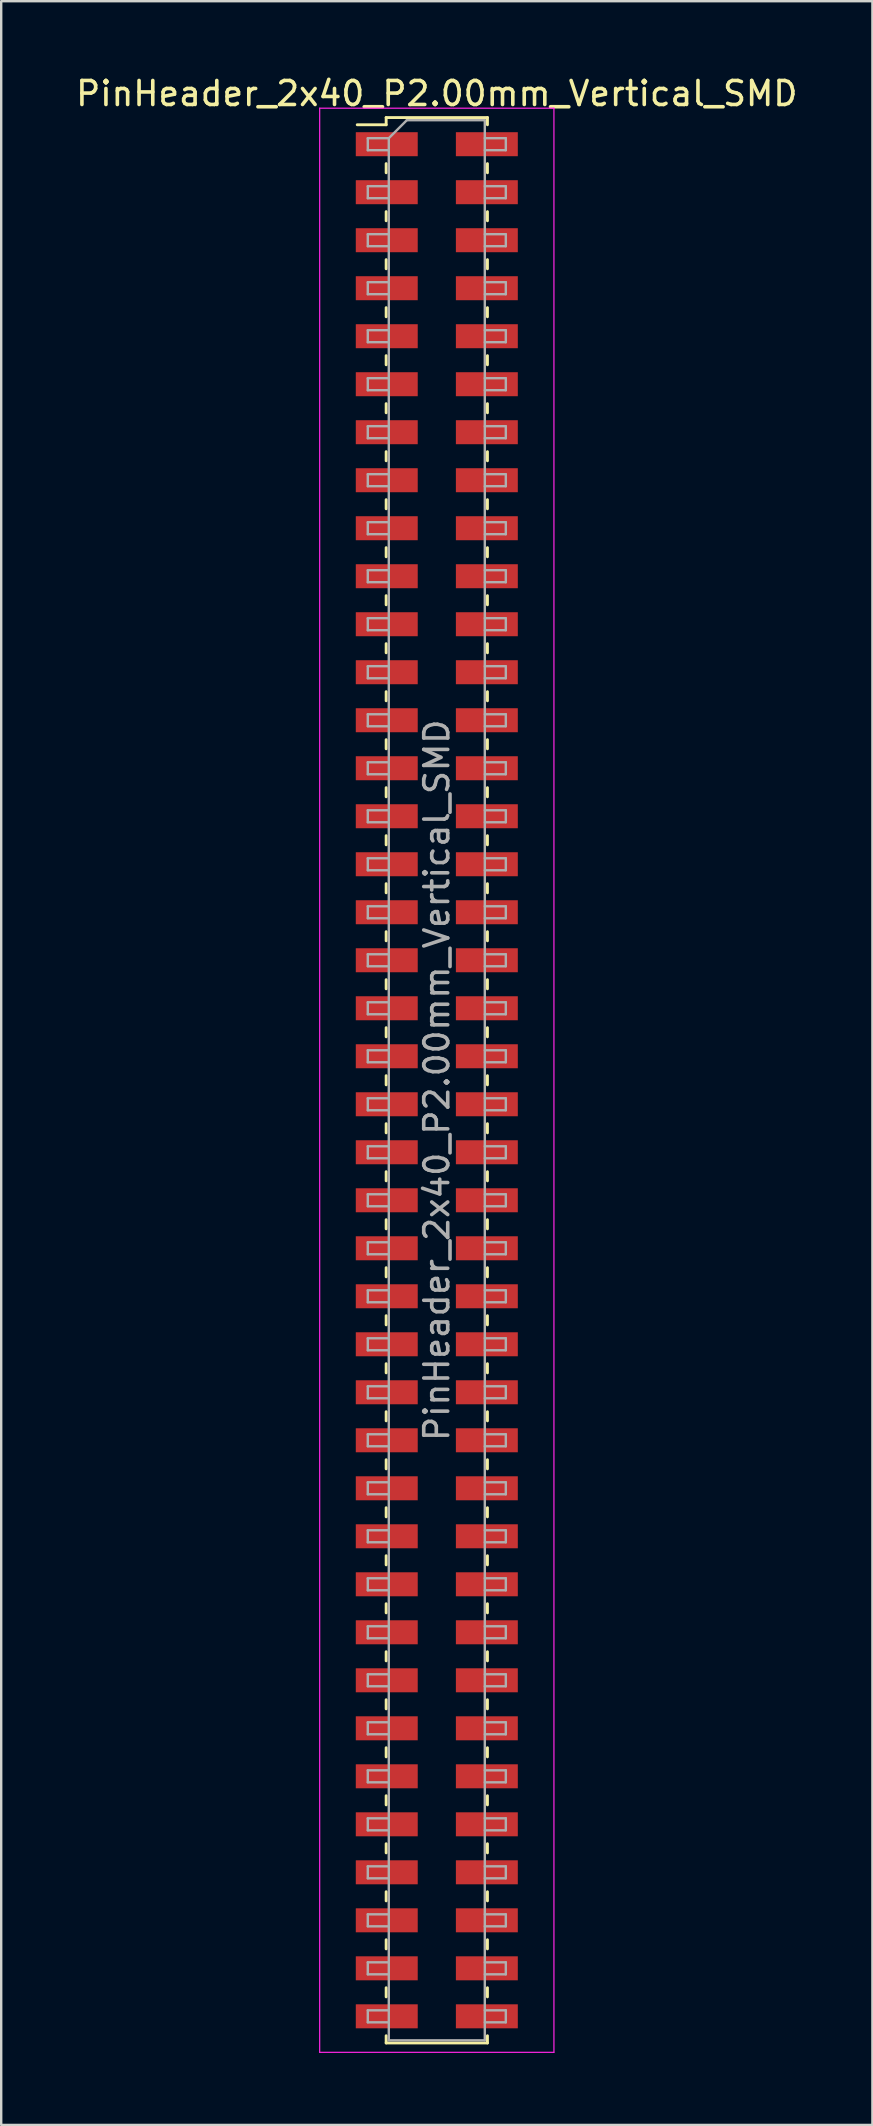
<source format=kicad_pcb>
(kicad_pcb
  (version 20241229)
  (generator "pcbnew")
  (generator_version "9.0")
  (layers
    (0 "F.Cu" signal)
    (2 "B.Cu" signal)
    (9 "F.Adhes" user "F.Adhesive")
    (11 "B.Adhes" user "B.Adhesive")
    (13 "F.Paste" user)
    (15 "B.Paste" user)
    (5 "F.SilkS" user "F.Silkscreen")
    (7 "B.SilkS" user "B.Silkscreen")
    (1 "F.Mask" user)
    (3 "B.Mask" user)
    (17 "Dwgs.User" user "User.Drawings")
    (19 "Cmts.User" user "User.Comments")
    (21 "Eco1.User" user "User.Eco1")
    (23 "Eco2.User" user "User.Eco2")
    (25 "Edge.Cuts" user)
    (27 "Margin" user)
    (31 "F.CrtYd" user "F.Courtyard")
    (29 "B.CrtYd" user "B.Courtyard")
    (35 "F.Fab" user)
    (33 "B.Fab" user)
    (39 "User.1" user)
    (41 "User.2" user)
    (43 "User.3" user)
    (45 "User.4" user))
  (footprint "PinHeader_2x40_P2.00mm_Vertical_SMD"
    (layer "F.Cu")
    (at 15.149 41.958)
    (property "Reference" "PinHeader_2x40_P2.00mm_Vertical_SMD" (at 0 -41.11 0) (layer "F.SilkS") (effects (font (size 1 1) (thickness 0.15))))
    (attr smd)
    (fp_line (start -3.315 -39.81) (end -2.11 -39.81) (stroke (width 0.12) (type solid)) (layer "F.SilkS"))
    (fp_line (start -2.11 -40.11) (end -2.11 -39.81) (stroke (width 0.12) (type solid)) (layer "F.SilkS"))
    (fp_line (start -2.11 -40.11) (end 2.11 -40.11) (stroke (width 0.12) (type solid)) (layer "F.SilkS"))
    (fp_line (start -2.11 -38.19) (end -2.11 -37.81) (stroke (width 0.12) (type solid)) (layer "F.SilkS"))
    (fp_line (start -2.11 -36.19) (end -2.11 -35.81) (stroke (width 0.12) (type solid)) (layer "F.SilkS"))
    (fp_line (start -2.11 -34.19) (end -2.11 -33.81) (stroke (width 0.12) (type solid)) (layer "F.SilkS"))
    (fp_line (start -2.11 -32.19) (end -2.11 -31.81) (stroke (width 0.12) (type solid)) (layer "F.SilkS"))
    (fp_line (start -2.11 -30.19) (end -2.11 -29.81) (stroke (width 0.12) (type solid)) (layer "F.SilkS"))
    (fp_line (start -2.11 -28.19) (end -2.11 -27.81) (stroke (width 0.12) (type solid)) (layer "F.SilkS"))
    (fp_line (start -2.11 -26.19) (end -2.11 -25.81) (stroke (width 0.12) (type solid)) (layer "F.SilkS"))
    (fp_line (start -2.11 -24.19) (end -2.11 -23.81) (stroke (width 0.12) (type solid)) (layer "F.SilkS"))
    (fp_line (start -2.11 -22.19) (end -2.11 -21.81) (stroke (width 0.12) (type solid)) (layer "F.SilkS"))
    (fp_line (start -2.11 -20.19) (end -2.11 -19.81) (stroke (width 0.12) (type solid)) (layer "F.SilkS"))
    (fp_line (start -2.11 -18.19) (end -2.11 -17.81) (stroke (width 0.12) (type solid)) (layer "F.SilkS"))
    (fp_line (start -2.11 -16.19) (end -2.11 -15.81) (stroke (width 0.12) (type solid)) (layer "F.SilkS"))
    (fp_line (start -2.11 -14.19) (end -2.11 -13.81) (stroke (width 0.12) (type solid)) (layer "F.SilkS"))
    (fp_line (start -2.11 -12.19) (end -2.11 -11.81) (stroke (width 0.12) (type solid)) (layer "F.SilkS"))
    (fp_line (start -2.11 -10.19) (end -2.11 -9.81) (stroke (width 0.12) (type solid)) (layer "F.SilkS"))
    (fp_line (start -2.11 -8.19) (end -2.11 -7.81) (stroke (width 0.12) (type solid)) (layer "F.SilkS"))
    (fp_line (start -2.11 -6.19) (end -2.11 -5.81) (stroke (width 0.12) (type solid)) (layer "F.SilkS"))
    (fp_line (start -2.11 -4.19) (end -2.11 -3.81) (stroke (width 0.12) (type solid)) (layer "F.SilkS"))
    (fp_line (start -2.11 -2.19) (end -2.11 -1.81) (stroke (width 0.12) (type solid)) (layer "F.SilkS"))
    (fp_line (start -2.11 -0.19) (end -2.11 0.19) (stroke (width 0.12) (type solid)) (layer "F.SilkS"))
    (fp_line (start -2.11 1.81) (end -2.11 2.19) (stroke (width 0.12) (type solid)) (layer "F.SilkS"))
    (fp_line (start -2.11 3.81) (end -2.11 4.19) (stroke (width 0.12) (type solid)) (layer "F.SilkS"))
    (fp_line (start -2.11 5.81) (end -2.11 6.19) (stroke (width 0.12) (type solid)) (layer "F.SilkS"))
    (fp_line (start -2.11 7.81) (end -2.11 8.19) (stroke (width 0.12) (type solid)) (layer "F.SilkS"))
    (fp_line (start -2.11 9.81) (end -2.11 10.19) (stroke (width 0.12) (type solid)) (layer "F.SilkS"))
    (fp_line (start -2.11 11.81) (end -2.11 12.19) (stroke (width 0.12) (type solid)) (layer "F.SilkS"))
    (fp_line (start -2.11 13.81) (end -2.11 14.19) (stroke (width 0.12) (type solid)) (layer "F.SilkS"))
    (fp_line (start -2.11 15.81) (end -2.11 16.19) (stroke (width 0.12) (type solid)) (layer "F.SilkS"))
    (fp_line (start -2.11 17.81) (end -2.11 18.19) (stroke (width 0.12) (type solid)) (layer "F.SilkS"))
    (fp_line (start -2.11 19.81) (end -2.11 20.19) (stroke (width 0.12) (type solid)) (layer "F.SilkS"))
    (fp_line (start -2.11 21.81) (end -2.11 22.19) (stroke (width 0.12) (type solid)) (layer "F.SilkS"))
    (fp_line (start -2.11 23.81) (end -2.11 24.19) (stroke (width 0.12) (type solid)) (layer "F.SilkS"))
    (fp_line (start -2.11 25.81) (end -2.11 26.19) (stroke (width 0.12) (type solid)) (layer "F.SilkS"))
    (fp_line (start -2.11 27.81) (end -2.11 28.19) (stroke (width 0.12) (type solid)) (layer "F.SilkS"))
    (fp_line (start -2.11 29.81) (end -2.11 30.19) (stroke (width 0.12) (type solid)) (layer "F.SilkS"))
    (fp_line (start -2.11 31.81) (end -2.11 32.19) (stroke (width 0.12) (type solid)) (layer "F.SilkS"))
    (fp_line (start -2.11 33.81) (end -2.11 34.19) (stroke (width 0.12) (type solid)) (layer "F.SilkS"))
    (fp_line (start -2.11 35.81) (end -2.11 36.19) (stroke (width 0.12) (type solid)) (layer "F.SilkS"))
    (fp_line (start -2.11 37.81) (end -2.11 38.19) (stroke (width 0.12) (type solid)) (layer "F.SilkS"))
    (fp_line (start -2.11 39.81) (end -2.11 40.11) (stroke (width 0.12) (type solid)) (layer "F.SilkS"))
    (fp_line (start -2.11 40.11) (end 2.11 40.11) (stroke (width 0.12) (type solid)) (layer "F.SilkS"))
    (fp_line (start 2.11 -40.11) (end 2.11 -39.81) (stroke (width 0.12) (type solid)) (layer "F.SilkS"))
    (fp_line (start 2.11 -38.19) (end 2.11 -37.81) (stroke (width 0.12) (type solid)) (layer "F.SilkS"))
    (fp_line (start 2.11 -36.19) (end 2.11 -35.81) (stroke (width 0.12) (type solid)) (layer "F.SilkS"))
    (fp_line (start 2.11 -34.19) (end 2.11 -33.81) (stroke (width 0.12) (type solid)) (layer "F.SilkS"))
    (fp_line (start 2.11 -32.19) (end 2.11 -31.81) (stroke (width 0.12) (type solid)) (layer "F.SilkS"))
    (fp_line (start 2.11 -30.19) (end 2.11 -29.81) (stroke (width 0.12) (type solid)) (layer "F.SilkS"))
    (fp_line (start 2.11 -28.19) (end 2.11 -27.81) (stroke (width 0.12) (type solid)) (layer "F.SilkS"))
    (fp_line (start 2.11 -26.19) (end 2.11 -25.81) (stroke (width 0.12) (type solid)) (layer "F.SilkS"))
    (fp_line (start 2.11 -24.19) (end 2.11 -23.81) (stroke (width 0.12) (type solid)) (layer "F.SilkS"))
    (fp_line (start 2.11 -22.19) (end 2.11 -21.81) (stroke (width 0.12) (type solid)) (layer "F.SilkS"))
    (fp_line (start 2.11 -20.19) (end 2.11 -19.81) (stroke (width 0.12) (type solid)) (layer "F.SilkS"))
    (fp_line (start 2.11 -18.19) (end 2.11 -17.81) (stroke (width 0.12) (type solid)) (layer "F.SilkS"))
    (fp_line (start 2.11 -16.19) (end 2.11 -15.81) (stroke (width 0.12) (type solid)) (layer "F.SilkS"))
    (fp_line (start 2.11 -14.19) (end 2.11 -13.81) (stroke (width 0.12) (type solid)) (layer "F.SilkS"))
    (fp_line (start 2.11 -12.19) (end 2.11 -11.81) (stroke (width 0.12) (type solid)) (layer "F.SilkS"))
    (fp_line (start 2.11 -10.19) (end 2.11 -9.81) (stroke (width 0.12) (type solid)) (layer "F.SilkS"))
    (fp_line (start 2.11 -8.19) (end 2.11 -7.81) (stroke (width 0.12) (type solid)) (layer "F.SilkS"))
    (fp_line (start 2.11 -6.19) (end 2.11 -5.81) (stroke (width 0.12) (type solid)) (layer "F.SilkS"))
    (fp_line (start 2.11 -4.19) (end 2.11 -3.81) (stroke (width 0.12) (type solid)) (layer "F.SilkS"))
    (fp_line (start 2.11 -2.19) (end 2.11 -1.81) (stroke (width 0.12) (type solid)) (layer "F.SilkS"))
    (fp_line (start 2.11 -0.19) (end 2.11 0.19) (stroke (width 0.12) (type solid)) (layer "F.SilkS"))
    (fp_line (start 2.11 1.81) (end 2.11 2.19) (stroke (width 0.12) (type solid)) (layer "F.SilkS"))
    (fp_line (start 2.11 3.81) (end 2.11 4.19) (stroke (width 0.12) (type solid)) (layer "F.SilkS"))
    (fp_line (start 2.11 5.81) (end 2.11 6.19) (stroke (width 0.12) (type solid)) (layer "F.SilkS"))
    (fp_line (start 2.11 7.81) (end 2.11 8.19) (stroke (width 0.12) (type solid)) (layer "F.SilkS"))
    (fp_line (start 2.11 9.81) (end 2.11 10.19) (stroke (width 0.12) (type solid)) (layer "F.SilkS"))
    (fp_line (start 2.11 11.81) (end 2.11 12.19) (stroke (width 0.12) (type solid)) (layer "F.SilkS"))
    (fp_line (start 2.11 13.81) (end 2.11 14.19) (stroke (width 0.12) (type solid)) (layer "F.SilkS"))
    (fp_line (start 2.11 15.81) (end 2.11 16.19) (stroke (width 0.12) (type solid)) (layer "F.SilkS"))
    (fp_line (start 2.11 17.81) (end 2.11 18.19) (stroke (width 0.12) (type solid)) (layer "F.SilkS"))
    (fp_line (start 2.11 19.81) (end 2.11 20.19) (stroke (width 0.12) (type solid)) (layer "F.SilkS"))
    (fp_line (start 2.11 21.81) (end 2.11 22.19) (stroke (width 0.12) (type solid)) (layer "F.SilkS"))
    (fp_line (start 2.11 23.81) (end 2.11 24.19) (stroke (width 0.12) (type solid)) (layer "F.SilkS"))
    (fp_line (start 2.11 25.81) (end 2.11 26.19) (stroke (width 0.12) (type solid)) (layer "F.SilkS"))
    (fp_line (start 2.11 27.81) (end 2.11 28.19) (stroke (width 0.12) (type solid)) (layer "F.SilkS"))
    (fp_line (start 2.11 29.81) (end 2.11 30.19) (stroke (width 0.12) (type solid)) (layer "F.SilkS"))
    (fp_line (start 2.11 31.81) (end 2.11 32.19) (stroke (width 0.12) (type solid)) (layer "F.SilkS"))
    (fp_line (start 2.11 33.81) (end 2.11 34.19) (stroke (width 0.12) (type solid)) (layer "F.SilkS"))
    (fp_line (start 2.11 35.81) (end 2.11 36.19) (stroke (width 0.12) (type solid)) (layer "F.SilkS"))
    (fp_line (start 2.11 37.81) (end 2.11 38.19) (stroke (width 0.12) (type solid)) (layer "F.SilkS"))
    (fp_line (start 2.11 39.81) (end 2.11 40.11) (stroke (width 0.12) (type solid)) (layer "F.SilkS"))
    (fp_line (start -4.88 -40.5) (end -4.88 40.5) (stroke (width 0.05) (type solid)) (layer "F.CrtYd"))
    (fp_line (start -4.88 40.5) (end 4.88 40.5) (stroke (width 0.05) (type solid)) (layer "F.CrtYd"))
    (fp_line (start 4.88 -40.5) (end -4.88 -40.5) (stroke (width 0.05) (type solid)) (layer "F.CrtYd"))
    (fp_line (start 4.88 40.5) (end 4.88 -40.5) (stroke (width 0.05) (type solid)) (layer "F.CrtYd"))
    (fp_line (start -2.875 -39.25) (end -2.875 -38.75) (stroke (width 0.1) (type solid)) (layer "F.Fab"))
    (fp_line (start -2.875 -38.75) (end -2 -38.75) (stroke (width 0.1) (type solid)) (layer "F.Fab"))
    (fp_line (start -2.875 -37.25) (end -2.875 -36.75) (stroke (width 0.1) (type solid)) (layer "F.Fab"))
    (fp_line (start -2.875 -36.75) (end -2 -36.75) (stroke (width 0.1) (type solid)) (layer "F.Fab"))
    (fp_line (start -2.875 -35.25) (end -2.875 -34.75) (stroke (width 0.1) (type solid)) (layer "F.Fab"))
    (fp_line (start -2.875 -34.75) (end -2 -34.75) (stroke (width 0.1) (type solid)) (layer "F.Fab"))
    (fp_line (start -2.875 -33.25) (end -2.875 -32.75) (stroke (width 0.1) (type solid)) (layer "F.Fab"))
    (fp_line (start -2.875 -32.75) (end -2 -32.75) (stroke (width 0.1) (type solid)) (layer "F.Fab"))
    (fp_line (start -2.875 -31.25) (end -2.875 -30.75) (stroke (width 0.1) (type solid)) (layer "F.Fab"))
    (fp_line (start -2.875 -30.75) (end -2 -30.75) (stroke (width 0.1) (type solid)) (layer "F.Fab"))
    (fp_line (start -2.875 -29.25) (end -2.875 -28.75) (stroke (width 0.1) (type solid)) (layer "F.Fab"))
    (fp_line (start -2.875 -28.75) (end -2 -28.75) (stroke (width 0.1) (type solid)) (layer "F.Fab"))
    (fp_line (start -2.875 -27.25) (end -2.875 -26.75) (stroke (width 0.1) (type solid)) (layer "F.Fab"))
    (fp_line (start -2.875 -26.75) (end -2 -26.75) (stroke (width 0.1) (type solid)) (layer "F.Fab"))
    (fp_line (start -2.875 -25.25) (end -2.875 -24.75) (stroke (width 0.1) (type solid)) (layer "F.Fab"))
    (fp_line (start -2.875 -24.75) (end -2 -24.75) (stroke (width 0.1) (type solid)) (layer "F.Fab"))
    (fp_line (start -2.875 -23.25) (end -2.875 -22.75) (stroke (width 0.1) (type solid)) (layer "F.Fab"))
    (fp_line (start -2.875 -22.75) (end -2 -22.75) (stroke (width 0.1) (type solid)) (layer "F.Fab"))
    (fp_line (start -2.875 -21.25) (end -2.875 -20.75) (stroke (width 0.1) (type solid)) (layer "F.Fab"))
    (fp_line (start -2.875 -20.75) (end -2 -20.75) (stroke (width 0.1) (type solid)) (layer "F.Fab"))
    (fp_line (start -2.875 -19.25) (end -2.875 -18.75) (stroke (width 0.1) (type solid)) (layer "F.Fab"))
    (fp_line (start -2.875 -18.75) (end -2 -18.75) (stroke (width 0.1) (type solid)) (layer "F.Fab"))
    (fp_line (start -2.875 -17.25) (end -2.875 -16.75) (stroke (width 0.1) (type solid)) (layer "F.Fab"))
    (fp_line (start -2.875 -16.75) (end -2 -16.75) (stroke (width 0.1) (type solid)) (layer "F.Fab"))
    (fp_line (start -2.875 -15.25) (end -2.875 -14.75) (stroke (width 0.1) (type solid)) (layer "F.Fab"))
    (fp_line (start -2.875 -14.75) (end -2 -14.75) (stroke (width 0.1) (type solid)) (layer "F.Fab"))
    (fp_line (start -2.875 -13.25) (end -2.875 -12.75) (stroke (width 0.1) (type solid)) (layer "F.Fab"))
    (fp_line (start -2.875 -12.75) (end -2 -12.75) (stroke (width 0.1) (type solid)) (layer "F.Fab"))
    (fp_line (start -2.875 -11.25) (end -2.875 -10.75) (stroke (width 0.1) (type solid)) (layer "F.Fab"))
    (fp_line (start -2.875 -10.75) (end -2 -10.75) (stroke (width 0.1) (type solid)) (layer "F.Fab"))
    (fp_line (start -2.875 -9.25) (end -2.875 -8.75) (stroke (width 0.1) (type solid)) (layer "F.Fab"))
    (fp_line (start -2.875 -8.75) (end -2 -8.75) (stroke (width 0.1) (type solid)) (layer "F.Fab"))
    (fp_line (start -2.875 -7.25) (end -2.875 -6.75) (stroke (width 0.1) (type solid)) (layer "F.Fab"))
    (fp_line (start -2.875 -6.75) (end -2 -6.75) (stroke (width 0.1) (type solid)) (layer "F.Fab"))
    (fp_line (start -2.875 -5.25) (end -2.875 -4.75) (stroke (width 0.1) (type solid)) (layer "F.Fab"))
    (fp_line (start -2.875 -4.75) (end -2 -4.75) (stroke (width 0.1) (type solid)) (layer "F.Fab"))
    (fp_line (start -2.875 -3.25) (end -2.875 -2.75) (stroke (width 0.1) (type solid)) (layer "F.Fab"))
    (fp_line (start -2.875 -2.75) (end -2 -2.75) (stroke (width 0.1) (type solid)) (layer "F.Fab"))
    (fp_line (start -2.875 -1.25) (end -2.875 -0.75) (stroke (width 0.1) (type solid)) (layer "F.Fab"))
    (fp_line (start -2.875 -0.75) (end -2 -0.75) (stroke (width 0.1) (type solid)) (layer "F.Fab"))
    (fp_line (start -2.875 0.75) (end -2.875 1.25) (stroke (width 0.1) (type solid)) (layer "F.Fab"))
    (fp_line (start -2.875 1.25) (end -2 1.25) (stroke (width 0.1) (type solid)) (layer "F.Fab"))
    (fp_line (start -2.875 2.75) (end -2.875 3.25) (stroke (width 0.1) (type solid)) (layer "F.Fab"))
    (fp_line (start -2.875 3.25) (end -2 3.25) (stroke (width 0.1) (type solid)) (layer "F.Fab"))
    (fp_line (start -2.875 4.75) (end -2.875 5.25) (stroke (width 0.1) (type solid)) (layer "F.Fab"))
    (fp_line (start -2.875 5.25) (end -2 5.25) (stroke (width 0.1) (type solid)) (layer "F.Fab"))
    (fp_line (start -2.875 6.75) (end -2.875 7.25) (stroke (width 0.1) (type solid)) (layer "F.Fab"))
    (fp_line (start -2.875 7.25) (end -2 7.25) (stroke (width 0.1) (type solid)) (layer "F.Fab"))
    (fp_line (start -2.875 8.75) (end -2.875 9.25) (stroke (width 0.1) (type solid)) (layer "F.Fab"))
    (fp_line (start -2.875 9.25) (end -2 9.25) (stroke (width 0.1) (type solid)) (layer "F.Fab"))
    (fp_line (start -2.875 10.75) (end -2.875 11.25) (stroke (width 0.1) (type solid)) (layer "F.Fab"))
    (fp_line (start -2.875 11.25) (end -2 11.25) (stroke (width 0.1) (type solid)) (layer "F.Fab"))
    (fp_line (start -2.875 12.75) (end -2.875 13.25) (stroke (width 0.1) (type solid)) (layer "F.Fab"))
    (fp_line (start -2.875 13.25) (end -2 13.25) (stroke (width 0.1) (type solid)) (layer "F.Fab"))
    (fp_line (start -2.875 14.75) (end -2.875 15.25) (stroke (width 0.1) (type solid)) (layer "F.Fab"))
    (fp_line (start -2.875 15.25) (end -2 15.25) (stroke (width 0.1) (type solid)) (layer "F.Fab"))
    (fp_line (start -2.875 16.75) (end -2.875 17.25) (stroke (width 0.1) (type solid)) (layer "F.Fab"))
    (fp_line (start -2.875 17.25) (end -2 17.25) (stroke (width 0.1) (type solid)) (layer "F.Fab"))
    (fp_line (start -2.875 18.75) (end -2.875 19.25) (stroke (width 0.1) (type solid)) (layer "F.Fab"))
    (fp_line (start -2.875 19.25) (end -2 19.25) (stroke (width 0.1) (type solid)) (layer "F.Fab"))
    (fp_line (start -2.875 20.75) (end -2.875 21.25) (stroke (width 0.1) (type solid)) (layer "F.Fab"))
    (fp_line (start -2.875 21.25) (end -2 21.25) (stroke (width 0.1) (type solid)) (layer "F.Fab"))
    (fp_line (start -2.875 22.75) (end -2.875 23.25) (stroke (width 0.1) (type solid)) (layer "F.Fab"))
    (fp_line (start -2.875 23.25) (end -2 23.25) (stroke (width 0.1) (type solid)) (layer "F.Fab"))
    (fp_line (start -2.875 24.75) (end -2.875 25.25) (stroke (width 0.1) (type solid)) (layer "F.Fab"))
    (fp_line (start -2.875 25.25) (end -2 25.25) (stroke (width 0.1) (type solid)) (layer "F.Fab"))
    (fp_line (start -2.875 26.75) (end -2.875 27.25) (stroke (width 0.1) (type solid)) (layer "F.Fab"))
    (fp_line (start -2.875 27.25) (end -2 27.25) (stroke (width 0.1) (type solid)) (layer "F.Fab"))
    (fp_line (start -2.875 28.75) (end -2.875 29.25) (stroke (width 0.1) (type solid)) (layer "F.Fab"))
    (fp_line (start -2.875 29.25) (end -2 29.25) (stroke (width 0.1) (type solid)) (layer "F.Fab"))
    (fp_line (start -2.875 30.75) (end -2.875 31.25) (stroke (width 0.1) (type solid)) (layer "F.Fab"))
    (fp_line (start -2.875 31.25) (end -2 31.25) (stroke (width 0.1) (type solid)) (layer "F.Fab"))
    (fp_line (start -2.875 32.75) (end -2.875 33.25) (stroke (width 0.1) (type solid)) (layer "F.Fab"))
    (fp_line (start -2.875 33.25) (end -2 33.25) (stroke (width 0.1) (type solid)) (layer "F.Fab"))
    (fp_line (start -2.875 34.75) (end -2.875 35.25) (stroke (width 0.1) (type solid)) (layer "F.Fab"))
    (fp_line (start -2.875 35.25) (end -2 35.25) (stroke (width 0.1) (type solid)) (layer "F.Fab"))
    (fp_line (start -2.875 36.75) (end -2.875 37.25) (stroke (width 0.1) (type solid)) (layer "F.Fab"))
    (fp_line (start -2.875 37.25) (end -2 37.25) (stroke (width 0.1) (type solid)) (layer "F.Fab"))
    (fp_line (start -2.875 38.75) (end -2.875 39.25) (stroke (width 0.1) (type solid)) (layer "F.Fab"))
    (fp_line (start -2.875 39.25) (end -2 39.25) (stroke (width 0.1) (type solid)) (layer "F.Fab"))
    (fp_line (start -2 -39.25) (end -2.875 -39.25) (stroke (width 0.1) (type solid)) (layer "F.Fab"))
    (fp_line (start -2 -39.25) (end -1.25 -40) (stroke (width 0.1) (type solid)) (layer "F.Fab"))
    (fp_line (start -2 -37.25) (end -2.875 -37.25) (stroke (width 0.1) (type solid)) (layer "F.Fab"))
    (fp_line (start -2 -35.25) (end -2.875 -35.25) (stroke (width 0.1) (type solid)) (layer "F.Fab"))
    (fp_line (start -2 -33.25) (end -2.875 -33.25) (stroke (width 0.1) (type solid)) (layer "F.Fab"))
    (fp_line (start -2 -31.25) (end -2.875 -31.25) (stroke (width 0.1) (type solid)) (layer "F.Fab"))
    (fp_line (start -2 -29.25) (end -2.875 -29.25) (stroke (width 0.1) (type solid)) (layer "F.Fab"))
    (fp_line (start -2 -27.25) (end -2.875 -27.25) (stroke (width 0.1) (type solid)) (layer "F.Fab"))
    (fp_line (start -2 -25.25) (end -2.875 -25.25) (stroke (width 0.1) (type solid)) (layer "F.Fab"))
    (fp_line (start -2 -23.25) (end -2.875 -23.25) (stroke (width 0.1) (type solid)) (layer "F.Fab"))
    (fp_line (start -2 -21.25) (end -2.875 -21.25) (stroke (width 0.1) (type solid)) (layer "F.Fab"))
    (fp_line (start -2 -19.25) (end -2.875 -19.25) (stroke (width 0.1) (type solid)) (layer "F.Fab"))
    (fp_line (start -2 -17.25) (end -2.875 -17.25) (stroke (width 0.1) (type solid)) (layer "F.Fab"))
    (fp_line (start -2 -15.25) (end -2.875 -15.25) (stroke (width 0.1) (type solid)) (layer "F.Fab"))
    (fp_line (start -2 -13.25) (end -2.875 -13.25) (stroke (width 0.1) (type solid)) (layer "F.Fab"))
    (fp_line (start -2 -11.25) (end -2.875 -11.25) (stroke (width 0.1) (type solid)) (layer "F.Fab"))
    (fp_line (start -2 -9.25) (end -2.875 -9.25) (stroke (width 0.1) (type solid)) (layer "F.Fab"))
    (fp_line (start -2 -7.25) (end -2.875 -7.25) (stroke (width 0.1) (type solid)) (layer "F.Fab"))
    (fp_line (start -2 -5.25) (end -2.875 -5.25) (stroke (width 0.1) (type solid)) (layer "F.Fab"))
    (fp_line (start -2 -3.25) (end -2.875 -3.25) (stroke (width 0.1) (type solid)) (layer "F.Fab"))
    (fp_line (start -2 -1.25) (end -2.875 -1.25) (stroke (width 0.1) (type solid)) (layer "F.Fab"))
    (fp_line (start -2 0.75) (end -2.875 0.75) (stroke (width 0.1) (type solid)) (layer "F.Fab"))
    (fp_line (start -2 2.75) (end -2.875 2.75) (stroke (width 0.1) (type solid)) (layer "F.Fab"))
    (fp_line (start -2 4.75) (end -2.875 4.75) (stroke (width 0.1) (type solid)) (layer "F.Fab"))
    (fp_line (start -2 6.75) (end -2.875 6.75) (stroke (width 0.1) (type solid)) (layer "F.Fab"))
    (fp_line (start -2 8.75) (end -2.875 8.75) (stroke (width 0.1) (type solid)) (layer "F.Fab"))
    (fp_line (start -2 10.75) (end -2.875 10.75) (stroke (width 0.1) (type solid)) (layer "F.Fab"))
    (fp_line (start -2 12.75) (end -2.875 12.75) (stroke (width 0.1) (type solid)) (layer "F.Fab"))
    (fp_line (start -2 14.75) (end -2.875 14.75) (stroke (width 0.1) (type solid)) (layer "F.Fab"))
    (fp_line (start -2 16.75) (end -2.875 16.75) (stroke (width 0.1) (type solid)) (layer "F.Fab"))
    (fp_line (start -2 18.75) (end -2.875 18.75) (stroke (width 0.1) (type solid)) (layer "F.Fab"))
    (fp_line (start -2 20.75) (end -2.875 20.75) (stroke (width 0.1) (type solid)) (layer "F.Fab"))
    (fp_line (start -2 22.75) (end -2.875 22.75) (stroke (width 0.1) (type solid)) (layer "F.Fab"))
    (fp_line (start -2 24.75) (end -2.875 24.75) (stroke (width 0.1) (type solid)) (layer "F.Fab"))
    (fp_line (start -2 26.75) (end -2.875 26.75) (stroke (width 0.1) (type solid)) (layer "F.Fab"))
    (fp_line (start -2 28.75) (end -2.875 28.75) (stroke (width 0.1) (type solid)) (layer "F.Fab"))
    (fp_line (start -2 30.75) (end -2.875 30.75) (stroke (width 0.1) (type solid)) (layer "F.Fab"))
    (fp_line (start -2 32.75) (end -2.875 32.75) (stroke (width 0.1) (type solid)) (layer "F.Fab"))
    (fp_line (start -2 34.75) (end -2.875 34.75) (stroke (width 0.1) (type solid)) (layer "F.Fab"))
    (fp_line (start -2 36.75) (end -2.875 36.75) (stroke (width 0.1) (type solid)) (layer "F.Fab"))
    (fp_line (start -2 38.75) (end -2.875 38.75) (stroke (width 0.1) (type solid)) (layer "F.Fab"))
    (fp_line (start -2 40) (end -2 -39.25) (stroke (width 0.1) (type solid)) (layer "F.Fab"))
    (fp_line (start -1.25 -40) (end 2 -40) (stroke (width 0.1) (type solid)) (layer "F.Fab"))
    (fp_line (start 2 -40) (end 2 40) (stroke (width 0.1) (type solid)) (layer "F.Fab"))
    (fp_line (start 2 -39.25) (end 2.875 -39.25) (stroke (width 0.1) (type solid)) (layer "F.Fab"))
    (fp_line (start 2 -37.25) (end 2.875 -37.25) (stroke (width 0.1) (type solid)) (layer "F.Fab"))
    (fp_line (start 2 -35.25) (end 2.875 -35.25) (stroke (width 0.1) (type solid)) (layer "F.Fab"))
    (fp_line (start 2 -33.25) (end 2.875 -33.25) (stroke (width 0.1) (type solid)) (layer "F.Fab"))
    (fp_line (start 2 -31.25) (end 2.875 -31.25) (stroke (width 0.1) (type solid)) (layer "F.Fab"))
    (fp_line (start 2 -29.25) (end 2.875 -29.25) (stroke (width 0.1) (type solid)) (layer "F.Fab"))
    (fp_line (start 2 -27.25) (end 2.875 -27.25) (stroke (width 0.1) (type solid)) (layer "F.Fab"))
    (fp_line (start 2 -25.25) (end 2.875 -25.25) (stroke (width 0.1) (type solid)) (layer "F.Fab"))
    (fp_line (start 2 -23.25) (end 2.875 -23.25) (stroke (width 0.1) (type solid)) (layer "F.Fab"))
    (fp_line (start 2 -21.25) (end 2.875 -21.25) (stroke (width 0.1) (type solid)) (layer "F.Fab"))
    (fp_line (start 2 -19.25) (end 2.875 -19.25) (stroke (width 0.1) (type solid)) (layer "F.Fab"))
    (fp_line (start 2 -17.25) (end 2.875 -17.25) (stroke (width 0.1) (type solid)) (layer "F.Fab"))
    (fp_line (start 2 -15.25) (end 2.875 -15.25) (stroke (width 0.1) (type solid)) (layer "F.Fab"))
    (fp_line (start 2 -13.25) (end 2.875 -13.25) (stroke (width 0.1) (type solid)) (layer "F.Fab"))
    (fp_line (start 2 -11.25) (end 2.875 -11.25) (stroke (width 0.1) (type solid)) (layer "F.Fab"))
    (fp_line (start 2 -9.25) (end 2.875 -9.25) (stroke (width 0.1) (type solid)) (layer "F.Fab"))
    (fp_line (start 2 -7.25) (end 2.875 -7.25) (stroke (width 0.1) (type solid)) (layer "F.Fab"))
    (fp_line (start 2 -5.25) (end 2.875 -5.25) (stroke (width 0.1) (type solid)) (layer "F.Fab"))
    (fp_line (start 2 -3.25) (end 2.875 -3.25) (stroke (width 0.1) (type solid)) (layer "F.Fab"))
    (fp_line (start 2 -1.25) (end 2.875 -1.25) (stroke (width 0.1) (type solid)) (layer "F.Fab"))
    (fp_line (start 2 0.75) (end 2.875 0.75) (stroke (width 0.1) (type solid)) (layer "F.Fab"))
    (fp_line (start 2 2.75) (end 2.875 2.75) (stroke (width 0.1) (type solid)) (layer "F.Fab"))
    (fp_line (start 2 4.75) (end 2.875 4.75) (stroke (width 0.1) (type solid)) (layer "F.Fab"))
    (fp_line (start 2 6.75) (end 2.875 6.75) (stroke (width 0.1) (type solid)) (layer "F.Fab"))
    (fp_line (start 2 8.75) (end 2.875 8.75) (stroke (width 0.1) (type solid)) (layer "F.Fab"))
    (fp_line (start 2 10.75) (end 2.875 10.75) (stroke (width 0.1) (type solid)) (layer "F.Fab"))
    (fp_line (start 2 12.75) (end 2.875 12.75) (stroke (width 0.1) (type solid)) (layer "F.Fab"))
    (fp_line (start 2 14.75) (end 2.875 14.75) (stroke (width 0.1) (type solid)) (layer "F.Fab"))
    (fp_line (start 2 16.75) (end 2.875 16.75) (stroke (width 0.1) (type solid)) (layer "F.Fab"))
    (fp_line (start 2 18.75) (end 2.875 18.75) (stroke (width 0.1) (type solid)) (layer "F.Fab"))
    (fp_line (start 2 20.75) (end 2.875 20.75) (stroke (width 0.1) (type solid)) (layer "F.Fab"))
    (fp_line (start 2 22.75) (end 2.875 22.75) (stroke (width 0.1) (type solid)) (layer "F.Fab"))
    (fp_line (start 2 24.75) (end 2.875 24.75) (stroke (width 0.1) (type solid)) (layer "F.Fab"))
    (fp_line (start 2 26.75) (end 2.875 26.75) (stroke (width 0.1) (type solid)) (layer "F.Fab"))
    (fp_line (start 2 28.75) (end 2.875 28.75) (stroke (width 0.1) (type solid)) (layer "F.Fab"))
    (fp_line (start 2 30.75) (end 2.875 30.75) (stroke (width 0.1) (type solid)) (layer "F.Fab"))
    (fp_line (start 2 32.75) (end 2.875 32.75) (stroke (width 0.1) (type solid)) (layer "F.Fab"))
    (fp_line (start 2 34.75) (end 2.875 34.75) (stroke (width 0.1) (type solid)) (layer "F.Fab"))
    (fp_line (start 2 36.75) (end 2.875 36.75) (stroke (width 0.1) (type solid)) (layer "F.Fab"))
    (fp_line (start 2 38.75) (end 2.875 38.75) (stroke (width 0.1) (type solid)) (layer "F.Fab"))
    (fp_line (start 2 40) (end -2 40) (stroke (width 0.1) (type solid)) (layer "F.Fab"))
    (fp_line (start 2.875 -39.25) (end 2.875 -38.75) (stroke (width 0.1) (type solid)) (layer "F.Fab"))
    (fp_line (start 2.875 -38.75) (end 2 -38.75) (stroke (width 0.1) (type solid)) (layer "F.Fab"))
    (fp_line (start 2.875 -37.25) (end 2.875 -36.75) (stroke (width 0.1) (type solid)) (layer "F.Fab"))
    (fp_line (start 2.875 -36.75) (end 2 -36.75) (stroke (width 0.1) (type solid)) (layer "F.Fab"))
    (fp_line (start 2.875 -35.25) (end 2.875 -34.75) (stroke (width 0.1) (type solid)) (layer "F.Fab"))
    (fp_line (start 2.875 -34.75) (end 2 -34.75) (stroke (width 0.1) (type solid)) (layer "F.Fab"))
    (fp_line (start 2.875 -33.25) (end 2.875 -32.75) (stroke (width 0.1) (type solid)) (layer "F.Fab"))
    (fp_line (start 2.875 -32.75) (end 2 -32.75) (stroke (width 0.1) (type solid)) (layer "F.Fab"))
    (fp_line (start 2.875 -31.25) (end 2.875 -30.75) (stroke (width 0.1) (type solid)) (layer "F.Fab"))
    (fp_line (start 2.875 -30.75) (end 2 -30.75) (stroke (width 0.1) (type solid)) (layer "F.Fab"))
    (fp_line (start 2.875 -29.25) (end 2.875 -28.75) (stroke (width 0.1) (type solid)) (layer "F.Fab"))
    (fp_line (start 2.875 -28.75) (end 2 -28.75) (stroke (width 0.1) (type solid)) (layer "F.Fab"))
    (fp_line (start 2.875 -27.25) (end 2.875 -26.75) (stroke (width 0.1) (type solid)) (layer "F.Fab"))
    (fp_line (start 2.875 -26.75) (end 2 -26.75) (stroke (width 0.1) (type solid)) (layer "F.Fab"))
    (fp_line (start 2.875 -25.25) (end 2.875 -24.75) (stroke (width 0.1) (type solid)) (layer "F.Fab"))
    (fp_line (start 2.875 -24.75) (end 2 -24.75) (stroke (width 0.1) (type solid)) (layer "F.Fab"))
    (fp_line (start 2.875 -23.25) (end 2.875 -22.75) (stroke (width 0.1) (type solid)) (layer "F.Fab"))
    (fp_line (start 2.875 -22.75) (end 2 -22.75) (stroke (width 0.1) (type solid)) (layer "F.Fab"))
    (fp_line (start 2.875 -21.25) (end 2.875 -20.75) (stroke (width 0.1) (type solid)) (layer "F.Fab"))
    (fp_line (start 2.875 -20.75) (end 2 -20.75) (stroke (width 0.1) (type solid)) (layer "F.Fab"))
    (fp_line (start 2.875 -19.25) (end 2.875 -18.75) (stroke (width 0.1) (type solid)) (layer "F.Fab"))
    (fp_line (start 2.875 -18.75) (end 2 -18.75) (stroke (width 0.1) (type solid)) (layer "F.Fab"))
    (fp_line (start 2.875 -17.25) (end 2.875 -16.75) (stroke (width 0.1) (type solid)) (layer "F.Fab"))
    (fp_line (start 2.875 -16.75) (end 2 -16.75) (stroke (width 0.1) (type solid)) (layer "F.Fab"))
    (fp_line (start 2.875 -15.25) (end 2.875 -14.75) (stroke (width 0.1) (type solid)) (layer "F.Fab"))
    (fp_line (start 2.875 -14.75) (end 2 -14.75) (stroke (width 0.1) (type solid)) (layer "F.Fab"))
    (fp_line (start 2.875 -13.25) (end 2.875 -12.75) (stroke (width 0.1) (type solid)) (layer "F.Fab"))
    (fp_line (start 2.875 -12.75) (end 2 -12.75) (stroke (width 0.1) (type solid)) (layer "F.Fab"))
    (fp_line (start 2.875 -11.25) (end 2.875 -10.75) (stroke (width 0.1) (type solid)) (layer "F.Fab"))
    (fp_line (start 2.875 -10.75) (end 2 -10.75) (stroke (width 0.1) (type solid)) (layer "F.Fab"))
    (fp_line (start 2.875 -9.25) (end 2.875 -8.75) (stroke (width 0.1) (type solid)) (layer "F.Fab"))
    (fp_line (start 2.875 -8.75) (end 2 -8.75) (stroke (width 0.1) (type solid)) (layer "F.Fab"))
    (fp_line (start 2.875 -7.25) (end 2.875 -6.75) (stroke (width 0.1) (type solid)) (layer "F.Fab"))
    (fp_line (start 2.875 -6.75) (end 2 -6.75) (stroke (width 0.1) (type solid)) (layer "F.Fab"))
    (fp_line (start 2.875 -5.25) (end 2.875 -4.75) (stroke (width 0.1) (type solid)) (layer "F.Fab"))
    (fp_line (start 2.875 -4.75) (end 2 -4.75) (stroke (width 0.1) (type solid)) (layer "F.Fab"))
    (fp_line (start 2.875 -3.25) (end 2.875 -2.75) (stroke (width 0.1) (type solid)) (layer "F.Fab"))
    (fp_line (start 2.875 -2.75) (end 2 -2.75) (stroke (width 0.1) (type solid)) (layer "F.Fab"))
    (fp_line (start 2.875 -1.25) (end 2.875 -0.75) (stroke (width 0.1) (type solid)) (layer "F.Fab"))
    (fp_line (start 2.875 -0.75) (end 2 -0.75) (stroke (width 0.1) (type solid)) (layer "F.Fab"))
    (fp_line (start 2.875 0.75) (end 2.875 1.25) (stroke (width 0.1) (type solid)) (layer "F.Fab"))
    (fp_line (start 2.875 1.25) (end 2 1.25) (stroke (width 0.1) (type solid)) (layer "F.Fab"))
    (fp_line (start 2.875 2.75) (end 2.875 3.25) (stroke (width 0.1) (type solid)) (layer "F.Fab"))
    (fp_line (start 2.875 3.25) (end 2 3.25) (stroke (width 0.1) (type solid)) (layer "F.Fab"))
    (fp_line (start 2.875 4.75) (end 2.875 5.25) (stroke (width 0.1) (type solid)) (layer "F.Fab"))
    (fp_line (start 2.875 5.25) (end 2 5.25) (stroke (width 0.1) (type solid)) (layer "F.Fab"))
    (fp_line (start 2.875 6.75) (end 2.875 7.25) (stroke (width 0.1) (type solid)) (layer "F.Fab"))
    (fp_line (start 2.875 7.25) (end 2 7.25) (stroke (width 0.1) (type solid)) (layer "F.Fab"))
    (fp_line (start 2.875 8.75) (end 2.875 9.25) (stroke (width 0.1) (type solid)) (layer "F.Fab"))
    (fp_line (start 2.875 9.25) (end 2 9.25) (stroke (width 0.1) (type solid)) (layer "F.Fab"))
    (fp_line (start 2.875 10.75) (end 2.875 11.25) (stroke (width 0.1) (type solid)) (layer "F.Fab"))
    (fp_line (start 2.875 11.25) (end 2 11.25) (stroke (width 0.1) (type solid)) (layer "F.Fab"))
    (fp_line (start 2.875 12.75) (end 2.875 13.25) (stroke (width 0.1) (type solid)) (layer "F.Fab"))
    (fp_line (start 2.875 13.25) (end 2 13.25) (stroke (width 0.1) (type solid)) (layer "F.Fab"))
    (fp_line (start 2.875 14.75) (end 2.875 15.25) (stroke (width 0.1) (type solid)) (layer "F.Fab"))
    (fp_line (start 2.875 15.25) (end 2 15.25) (stroke (width 0.1) (type solid)) (layer "F.Fab"))
    (fp_line (start 2.875 16.75) (end 2.875 17.25) (stroke (width 0.1) (type solid)) (layer "F.Fab"))
    (fp_line (start 2.875 17.25) (end 2 17.25) (stroke (width 0.1) (type solid)) (layer "F.Fab"))
    (fp_line (start 2.875 18.75) (end 2.875 19.25) (stroke (width 0.1) (type solid)) (layer "F.Fab"))
    (fp_line (start 2.875 19.25) (end 2 19.25) (stroke (width 0.1) (type solid)) (layer "F.Fab"))
    (fp_line (start 2.875 20.75) (end 2.875 21.25) (stroke (width 0.1) (type solid)) (layer "F.Fab"))
    (fp_line (start 2.875 21.25) (end 2 21.25) (stroke (width 0.1) (type solid)) (layer "F.Fab"))
    (fp_line (start 2.875 22.75) (end 2.875 23.25) (stroke (width 0.1) (type solid)) (layer "F.Fab"))
    (fp_line (start 2.875 23.25) (end 2 23.25) (stroke (width 0.1) (type solid)) (layer "F.Fab"))
    (fp_line (start 2.875 24.75) (end 2.875 25.25) (stroke (width 0.1) (type solid)) (layer "F.Fab"))
    (fp_line (start 2.875 25.25) (end 2 25.25) (stroke (width 0.1) (type solid)) (layer "F.Fab"))
    (fp_line (start 2.875 26.75) (end 2.875 27.25) (stroke (width 0.1) (type solid)) (layer "F.Fab"))
    (fp_line (start 2.875 27.25) (end 2 27.25) (stroke (width 0.1) (type solid)) (layer "F.Fab"))
    (fp_line (start 2.875 28.75) (end 2.875 29.25) (stroke (width 0.1) (type solid)) (layer "F.Fab"))
    (fp_line (start 2.875 29.25) (end 2 29.25) (stroke (width 0.1) (type solid)) (layer "F.Fab"))
    (fp_line (start 2.875 30.75) (end 2.875 31.25) (stroke (width 0.1) (type solid)) (layer "F.Fab"))
    (fp_line (start 2.875 31.25) (end 2 31.25) (stroke (width 0.1) (type solid)) (layer "F.Fab"))
    (fp_line (start 2.875 32.75) (end 2.875 33.25) (stroke (width 0.1) (type solid)) (layer "F.Fab"))
    (fp_line (start 2.875 33.25) (end 2 33.25) (stroke (width 0.1) (type solid)) (layer "F.Fab"))
    (fp_line (start 2.875 34.75) (end 2.875 35.25) (stroke (width 0.1) (type solid)) (layer "F.Fab"))
    (fp_line (start 2.875 35.25) (end 2 35.25) (stroke (width 0.1) (type solid)) (layer "F.Fab"))
    (fp_line (start 2.875 36.75) (end 2.875 37.25) (stroke (width 0.1) (type solid)) (layer "F.Fab"))
    (fp_line (start 2.875 37.25) (end 2 37.25) (stroke (width 0.1) (type solid)) (layer "F.Fab"))
    (fp_line (start 2.875 38.75) (end 2.875 39.25) (stroke (width 0.1) (type solid)) (layer "F.Fab"))
    (fp_line (start 2.875 39.25) (end 2 39.25) (stroke (width 0.1) (type solid)) (layer "F.Fab"))
    (fp_text user "${REFERENCE}" (at 0 0 90) (layer "F.Fab") (effects (font (size 1 1) (thickness 0.15))))
    (pad "1" smd rect (at -2.085 -39) (size 2.58 1) (layers "F.Cu" "F.Mask" "F.Paste"))
    (pad "2" smd rect (at 2.085 -39) (size 2.58 1) (layers "F.Cu" "F.Mask" "F.Paste"))
    (pad "3" smd rect (at -2.085 -37) (size 2.58 1) (layers "F.Cu" "F.Mask" "F.Paste"))
    (pad "4" smd rect (at 2.085 -37) (size 2.58 1) (layers "F.Cu" "F.Mask" "F.Paste"))
    (pad "5" smd rect (at -2.085 -35) (size 2.58 1) (layers "F.Cu" "F.Mask" "F.Paste"))
    (pad "6" smd rect (at 2.085 -35) (size 2.58 1) (layers "F.Cu" "F.Mask" "F.Paste"))
    (pad "7" smd rect (at -2.085 -33) (size 2.58 1) (layers "F.Cu" "F.Mask" "F.Paste"))
    (pad "8" smd rect (at 2.085 -33) (size 2.58 1) (layers "F.Cu" "F.Mask" "F.Paste"))
    (pad "9" smd rect (at -2.085 -31) (size 2.58 1) (layers "F.Cu" "F.Mask" "F.Paste"))
    (pad "10" smd rect (at 2.085 -31) (size 2.58 1) (layers "F.Cu" "F.Mask" "F.Paste"))
    (pad "11" smd rect (at -2.085 -29) (size 2.58 1) (layers "F.Cu" "F.Mask" "F.Paste"))
    (pad "12" smd rect (at 2.085 -29) (size 2.58 1) (layers "F.Cu" "F.Mask" "F.Paste"))
    (pad "13" smd rect (at -2.085 -27) (size 2.58 1) (layers "F.Cu" "F.Mask" "F.Paste"))
    (pad "14" smd rect (at 2.085 -27) (size 2.58 1) (layers "F.Cu" "F.Mask" "F.Paste"))
    (pad "15" smd rect (at -2.085 -25) (size 2.58 1) (layers "F.Cu" "F.Mask" "F.Paste"))
    (pad "16" smd rect (at 2.085 -25) (size 2.58 1) (layers "F.Cu" "F.Mask" "F.Paste"))
    (pad "17" smd rect (at -2.085 -23) (size 2.58 1) (layers "F.Cu" "F.Mask" "F.Paste"))
    (pad "18" smd rect (at 2.085 -23) (size 2.58 1) (layers "F.Cu" "F.Mask" "F.Paste"))
    (pad "19" smd rect (at -2.085 -21) (size 2.58 1) (layers "F.Cu" "F.Mask" "F.Paste"))
    (pad "20" smd rect (at 2.085 -21) (size 2.58 1) (layers "F.Cu" "F.Mask" "F.Paste"))
    (pad "21" smd rect (at -2.085 -19) (size 2.58 1) (layers "F.Cu" "F.Mask" "F.Paste"))
    (pad "22" smd rect (at 2.085 -19) (size 2.58 1) (layers "F.Cu" "F.Mask" "F.Paste"))
    (pad "23" smd rect (at -2.085 -17) (size 2.58 1) (layers "F.Cu" "F.Mask" "F.Paste"))
    (pad "24" smd rect (at 2.085 -17) (size 2.58 1) (layers "F.Cu" "F.Mask" "F.Paste"))
    (pad "25" smd rect (at -2.085 -15) (size 2.58 1) (layers "F.Cu" "F.Mask" "F.Paste"))
    (pad "26" smd rect (at 2.085 -15) (size 2.58 1) (layers "F.Cu" "F.Mask" "F.Paste"))
    (pad "27" smd rect (at -2.085 -13) (size 2.58 1) (layers "F.Cu" "F.Mask" "F.Paste"))
    (pad "28" smd rect (at 2.085 -13) (size 2.58 1) (layers "F.Cu" "F.Mask" "F.Paste"))
    (pad "29" smd rect (at -2.085 -11) (size 2.58 1) (layers "F.Cu" "F.Mask" "F.Paste"))
    (pad "30" smd rect (at 2.085 -11) (size 2.58 1) (layers "F.Cu" "F.Mask" "F.Paste"))
    (pad "31" smd rect (at -2.085 -9) (size 2.58 1) (layers "F.Cu" "F.Mask" "F.Paste"))
    (pad "32" smd rect (at 2.085 -9) (size 2.58 1) (layers "F.Cu" "F.Mask" "F.Paste"))
    (pad "33" smd rect (at -2.085 -7) (size 2.58 1) (layers "F.Cu" "F.Mask" "F.Paste"))
    (pad "34" smd rect (at 2.085 -7) (size 2.58 1) (layers "F.Cu" "F.Mask" "F.Paste"))
    (pad "35" smd rect (at -2.085 -5) (size 2.58 1) (layers "F.Cu" "F.Mask" "F.Paste"))
    (pad "36" smd rect (at 2.085 -5) (size 2.58 1) (layers "F.Cu" "F.Mask" "F.Paste"))
    (pad "37" smd rect (at -2.085 -3) (size 2.58 1) (layers "F.Cu" "F.Mask" "F.Paste"))
    (pad "38" smd rect (at 2.085 -3) (size 2.58 1) (layers "F.Cu" "F.Mask" "F.Paste"))
    (pad "39" smd rect (at -2.085 -1) (size 2.58 1) (layers "F.Cu" "F.Mask" "F.Paste"))
    (pad "40" smd rect (at 2.085 -1) (size 2.58 1) (layers "F.Cu" "F.Mask" "F.Paste"))
    (pad "41" smd rect (at -2.085 1) (size 2.58 1) (layers "F.Cu" "F.Mask" "F.Paste"))
    (pad "42" smd rect (at 2.085 1) (size 2.58 1) (layers "F.Cu" "F.Mask" "F.Paste"))
    (pad "43" smd rect (at -2.085 3) (size 2.58 1) (layers "F.Cu" "F.Mask" "F.Paste"))
    (pad "44" smd rect (at 2.085 3) (size 2.58 1) (layers "F.Cu" "F.Mask" "F.Paste"))
    (pad "45" smd rect (at -2.085 5) (size 2.58 1) (layers "F.Cu" "F.Mask" "F.Paste"))
    (pad "46" smd rect (at 2.085 5) (size 2.58 1) (layers "F.Cu" "F.Mask" "F.Paste"))
    (pad "47" smd rect (at -2.085 7) (size 2.58 1) (layers "F.Cu" "F.Mask" "F.Paste"))
    (pad "48" smd rect (at 2.085 7) (size 2.58 1) (layers "F.Cu" "F.Mask" "F.Paste"))
    (pad "49" smd rect (at -2.085 9) (size 2.58 1) (layers "F.Cu" "F.Mask" "F.Paste"))
    (pad "50" smd rect (at 2.085 9) (size 2.58 1) (layers "F.Cu" "F.Mask" "F.Paste"))
    (pad "51" smd rect (at -2.085 11) (size 2.58 1) (layers "F.Cu" "F.Mask" "F.Paste"))
    (pad "52" smd rect (at 2.085 11) (size 2.58 1) (layers "F.Cu" "F.Mask" "F.Paste"))
    (pad "53" smd rect (at -2.085 13) (size 2.58 1) (layers "F.Cu" "F.Mask" "F.Paste"))
    (pad "54" smd rect (at 2.085 13) (size 2.58 1) (layers "F.Cu" "F.Mask" "F.Paste"))
    (pad "55" smd rect (at -2.085 15) (size 2.58 1) (layers "F.Cu" "F.Mask" "F.Paste"))
    (pad "56" smd rect (at 2.085 15) (size 2.58 1) (layers "F.Cu" "F.Mask" "F.Paste"))
    (pad "57" smd rect (at -2.085 17) (size 2.58 1) (layers "F.Cu" "F.Mask" "F.Paste"))
    (pad "58" smd rect (at 2.085 17) (size 2.58 1) (layers "F.Cu" "F.Mask" "F.Paste"))
    (pad "59" smd rect (at -2.085 19) (size 2.58 1) (layers "F.Cu" "F.Mask" "F.Paste"))
    (pad "60" smd rect (at 2.085 19) (size 2.58 1) (layers "F.Cu" "F.Mask" "F.Paste"))
    (pad "61" smd rect (at -2.085 21) (size 2.58 1) (layers "F.Cu" "F.Mask" "F.Paste"))
    (pad "62" smd rect (at 2.085 21) (size 2.58 1) (layers "F.Cu" "F.Mask" "F.Paste"))
    (pad "63" smd rect (at -2.085 23) (size 2.58 1) (layers "F.Cu" "F.Mask" "F.Paste"))
    (pad "64" smd rect (at 2.085 23) (size 2.58 1) (layers "F.Cu" "F.Mask" "F.Paste"))
    (pad "65" smd rect (at -2.085 25) (size 2.58 1) (layers "F.Cu" "F.Mask" "F.Paste"))
    (pad "66" smd rect (at 2.085 25) (size 2.58 1) (layers "F.Cu" "F.Mask" "F.Paste"))
    (pad "67" smd rect (at -2.085 27) (size 2.58 1) (layers "F.Cu" "F.Mask" "F.Paste"))
    (pad "68" smd rect (at 2.085 27) (size 2.58 1) (layers "F.Cu" "F.Mask" "F.Paste"))
    (pad "69" smd rect (at -2.085 29) (size 2.58 1) (layers "F.Cu" "F.Mask" "F.Paste"))
    (pad "70" smd rect (at 2.085 29) (size 2.58 1) (layers "F.Cu" "F.Mask" "F.Paste"))
    (pad "71" smd rect (at -2.085 31) (size 2.58 1) (layers "F.Cu" "F.Mask" "F.Paste"))
    (pad "72" smd rect (at 2.085 31) (size 2.58 1) (layers "F.Cu" "F.Mask" "F.Paste"))
    (pad "73" smd rect (at -2.085 33) (size 2.58 1) (layers "F.Cu" "F.Mask" "F.Paste"))
    (pad "74" smd rect (at 2.085 33) (size 2.58 1) (layers "F.Cu" "F.Mask" "F.Paste"))
    (pad "75" smd rect (at -2.085 35) (size 2.58 1) (layers "F.Cu" "F.Mask" "F.Paste"))
    (pad "76" smd rect (at 2.085 35) (size 2.58 1) (layers "F.Cu" "F.Mask" "F.Paste"))
    (pad "77" smd rect (at -2.085 37) (size 2.58 1) (layers "F.Cu" "F.Mask" "F.Paste"))
    (pad "78" smd rect (at 2.085 37) (size 2.58 1) (layers "F.Cu" "F.Mask" "F.Paste"))
    (pad "79" smd rect (at -2.085 39) (size 2.58 1) (layers "F.Cu" "F.Mask" "F.Paste"))
    (pad "80" smd rect (at 2.085 39) (size 2.58 1) (layers "F.Cu" "F.Mask" "F.Paste")))
  (gr_rect
    (start -3 -3)
    (end 33.298 85.483)
    (stroke (width 0.1) (type default))
    (fill no)
    (layer "Edge.Cuts")))
</source>
